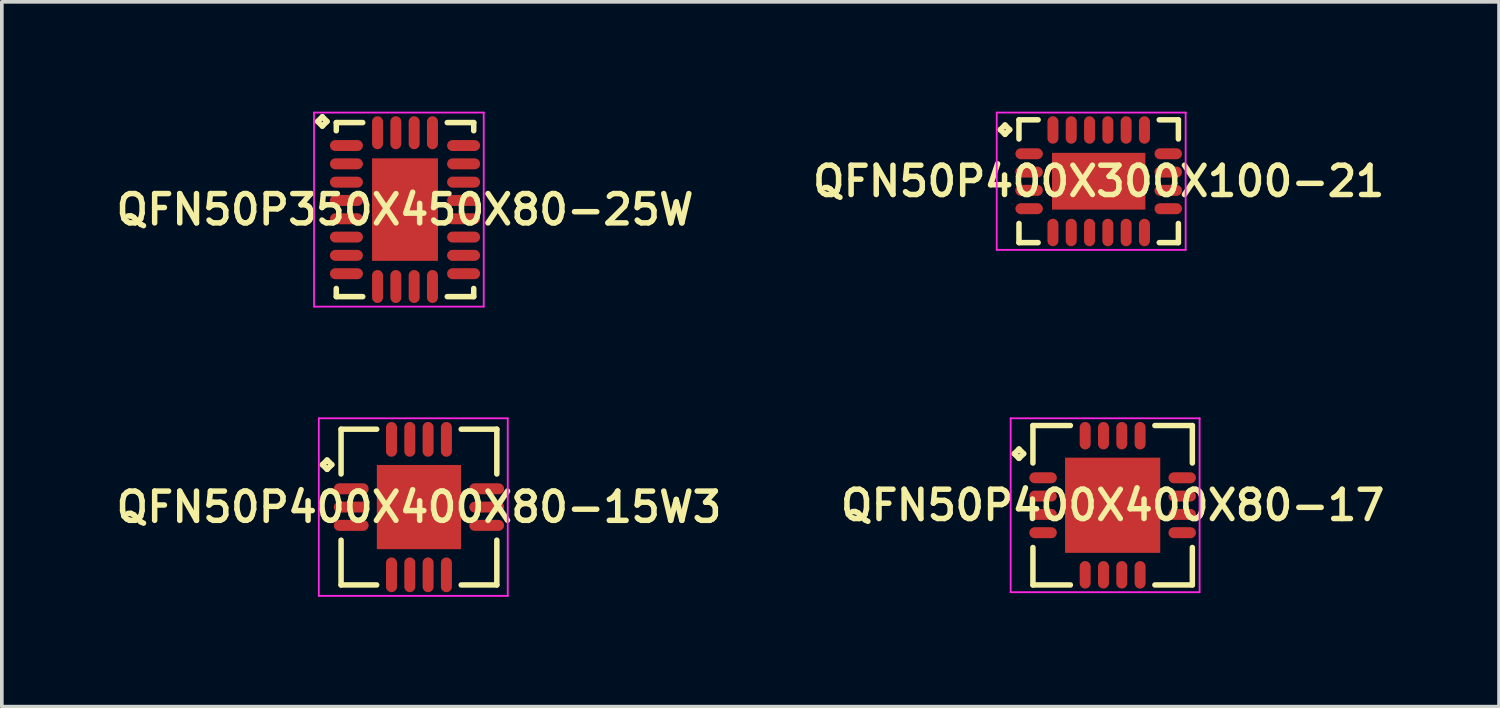
<source format=kicad_pcb>
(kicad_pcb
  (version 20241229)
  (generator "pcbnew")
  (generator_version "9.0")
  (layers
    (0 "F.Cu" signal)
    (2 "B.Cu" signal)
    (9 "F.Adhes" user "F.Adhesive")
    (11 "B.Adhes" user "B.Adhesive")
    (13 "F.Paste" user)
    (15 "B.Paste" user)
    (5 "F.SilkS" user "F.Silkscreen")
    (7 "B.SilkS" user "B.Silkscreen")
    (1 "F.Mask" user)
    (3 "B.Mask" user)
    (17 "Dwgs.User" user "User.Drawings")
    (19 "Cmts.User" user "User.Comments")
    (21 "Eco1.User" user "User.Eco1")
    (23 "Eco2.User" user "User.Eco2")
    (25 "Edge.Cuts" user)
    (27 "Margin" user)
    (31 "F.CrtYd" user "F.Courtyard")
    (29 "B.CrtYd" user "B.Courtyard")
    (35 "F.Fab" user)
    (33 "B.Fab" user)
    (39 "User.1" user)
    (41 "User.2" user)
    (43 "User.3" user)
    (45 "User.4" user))
  (footprint "QFN50P400X400X80-15W3"
    (layer "F.Cu")
    (at 8.393 10.8)
    (property "Reference" "QFN50P400X400X80-15W3" (at 0 0 0) (layer "F.SilkS") (effects (font (size 0.8 0.8) (thickness 0.15))))
    (attr smd)
    (fp_line (start -2.635 -1.158) (end -2.508 -1.285) (stroke (width 0.15) (type solid)) (layer "F.SilkS"))
    (fp_line (start -2.508 -1.285) (end -2.381 -1.158) (stroke (width 0.15) (type solid)) (layer "F.SilkS"))
    (fp_line (start -2.508 -1.031) (end -2.635 -1.158) (stroke (width 0.15) (type solid)) (layer "F.SilkS"))
    (fp_line (start -2.381 -1.158) (end -2.508 -1.031) (stroke (width 0.15) (type solid)) (layer "F.SilkS"))
    (fp_line (start -2.127 -2.127) (end -1.154 -2.127) (stroke (width 0.15) (type solid)) (layer "F.SilkS"))
    (fp_line (start -2.127 -0.904) (end -2.127 -2.127) (stroke (width 0.15) (type solid)) (layer "F.SilkS"))
    (fp_line (start -2.127 0.904) (end -2.127 2.127) (stroke (width 0.15) (type solid)) (layer "F.SilkS"))
    (fp_line (start -2.127 2.127) (end -1.154 2.127) (stroke (width 0.15) (type solid)) (layer "F.SilkS"))
    (fp_line (start 1.154 -2.127) (end 2.127 -2.127) (stroke (width 0.15) (type solid)) (layer "F.SilkS"))
    (fp_line (start 1.154 2.127) (end 2.127 2.127) (stroke (width 0.15) (type solid)) (layer "F.SilkS"))
    (fp_line (start 2.127 -2.127) (end 2.127 -0.904) (stroke (width 0.15) (type solid)) (layer "F.SilkS"))
    (fp_line (start 2.127 2.127) (end 2.127 0.904) (stroke (width 0.15) (type solid)) (layer "F.SilkS"))
    (fp_line (start -2.735 -2.425) (end 2.425 -2.425) (stroke (width 0.05) (type solid)) (layer "F.CrtYd"))
    (fp_line (start -2.735 2.425) (end -2.735 -2.425) (stroke (width 0.05) (type solid)) (layer "F.CrtYd"))
    (fp_line (start 2.425 -2.425) (end 2.425 2.425) (stroke (width 0.05) (type solid)) (layer "F.CrtYd"))
    (fp_line (start 2.425 2.425) (end -2.735 2.425) (stroke (width 0.05) (type solid)) (layer "F.CrtYd"))
    (pad "1" smd oval (at -1.85 -0.5) (size 0.95 0.3) (layers "F.Cu" "F.Mask" "F.Paste"))
    (pad "2" smd oval (at -1.85 0) (size 0.95 0.3) (layers "F.Cu" "F.Mask" "F.Paste"))
    (pad "3" smd oval (at -1.85 0.5) (size 0.95 0.3) (layers "F.Cu" "F.Mask" "F.Paste"))
    (pad "4" smd oval (at -0.75 1.85) (size 0.3 0.95) (layers "F.Cu" "F.Mask" "F.Paste"))
    (pad "5" smd oval (at -0.25 1.85) (size 0.3 0.95) (layers "F.Cu" "F.Mask" "F.Paste"))
    (pad "6" smd oval (at 0.25 1.85) (size 0.3 0.95) (layers "F.Cu" "F.Mask" "F.Paste"))
    (pad "7" smd oval (at 0.75 1.85) (size 0.3 0.95) (layers "F.Cu" "F.Mask" "F.Paste"))
    (pad "8" smd oval (at 1.85 0.5) (size 0.95 0.3) (layers "F.Cu" "F.Mask" "F.Paste"))
    (pad "9" smd oval (at 1.85 0) (size 0.95 0.3) (layers "F.Cu" "F.Mask" "F.Paste"))
    (pad "10" smd oval (at 1.85 -0.5) (size 0.95 0.3) (layers "F.Cu" "F.Mask" "F.Paste"))
    (pad "11" smd oval (at 0.75 -1.85) (size 0.3 0.95) (layers "F.Cu" "F.Mask" "F.Paste"))
    (pad "12" smd oval (at 0.25 -1.85) (size 0.3 0.95) (layers "F.Cu" "F.Mask" "F.Paste"))
    (pad "13" smd oval (at -0.25 -1.85) (size 0.3 0.95) (layers "F.Cu" "F.Mask" "F.Paste"))
    (pad "14" smd oval (at -0.75 -1.85) (size 0.3 0.95) (layers "F.Cu" "F.Mask" "F.Paste"))
    (pad "15" smd rect (at 0 0) (size 2.3 2.3) (layers "F.Cu" "F.Mask" "F.Paste")))
  (footprint "QFN50P350X450X80-25W"
    (layer "F.Cu")
    (at 8.012 2.675)
    (property "Reference" "QFN50P350X450X80-25W" (at 0 0 0) (layer "F.SilkS") (effects (font (size 0.8 0.8) (thickness 0.15))))
    (attr smd)
    (fp_line (start -2.385 -2.408) (end -2.258 -2.535) (stroke (width 0.15) (type solid)) (layer "F.SilkS"))
    (fp_line (start -2.258 -2.535) (end -2.131 -2.408) (stroke (width 0.15) (type solid)) (layer "F.SilkS"))
    (fp_line (start -2.258 -2.281) (end -2.385 -2.408) (stroke (width 0.15) (type solid)) (layer "F.SilkS"))
    (fp_line (start -2.131 -2.408) (end -2.258 -2.281) (stroke (width 0.15) (type solid)) (layer "F.SilkS"))
    (fp_line (start -1.877 -2.377) (end -1.154 -2.377) (stroke (width 0.15) (type solid)) (layer "F.SilkS"))
    (fp_line (start -1.877 -2.154) (end -1.877 -2.377) (stroke (width 0.15) (type solid)) (layer "F.SilkS"))
    (fp_line (start -1.877 2.154) (end -1.877 2.377) (stroke (width 0.15) (type solid)) (layer "F.SilkS"))
    (fp_line (start -1.877 2.377) (end -1.154 2.377) (stroke (width 0.15) (type solid)) (layer "F.SilkS"))
    (fp_line (start 1.154 -2.377) (end 1.877 -2.377) (stroke (width 0.15) (type solid)) (layer "F.SilkS"))
    (fp_line (start 1.154 2.377) (end 1.877 2.377) (stroke (width 0.15) (type solid)) (layer "F.SilkS"))
    (fp_line (start 1.877 -2.377) (end 1.877 -2.154) (stroke (width 0.15) (type solid)) (layer "F.SilkS"))
    (fp_line (start 1.877 2.377) (end 1.877 2.154) (stroke (width 0.15) (type solid)) (layer "F.SilkS"))
    (fp_line (start -2.485 -2.65) (end 2.15 -2.65) (stroke (width 0.05) (type solid)) (layer "F.CrtYd"))
    (fp_line (start -2.485 2.65) (end -2.485 -2.65) (stroke (width 0.05) (type solid)) (layer "F.CrtYd"))
    (fp_line (start 2.15 -2.65) (end 2.15 2.65) (stroke (width 0.05) (type solid)) (layer "F.CrtYd"))
    (fp_line (start 2.15 2.65) (end -2.485 2.65) (stroke (width 0.05) (type solid)) (layer "F.CrtYd"))
    (pad "1" smd oval (at -1.6 -1.75) (size 0.9 0.3) (layers "F.Cu" "F.Mask" "F.Paste"))
    (pad "2" smd oval (at -1.6 -1.25) (size 0.9 0.3) (layers "F.Cu" "F.Mask" "F.Paste"))
    (pad "3" smd oval (at -1.6 -0.75) (size 0.9 0.3) (layers "F.Cu" "F.Mask" "F.Paste"))
    (pad "4" smd oval (at -1.6 -0.25) (size 0.9 0.3) (layers "F.Cu" "F.Mask" "F.Paste"))
    (pad "5" smd oval (at -1.6 0.25) (size 0.9 0.3) (layers "F.Cu" "F.Mask" "F.Paste"))
    (pad "6" smd oval (at -1.6 0.75) (size 0.9 0.3) (layers "F.Cu" "F.Mask" "F.Paste"))
    (pad "7" smd oval (at -1.6 1.25) (size 0.9 0.3) (layers "F.Cu" "F.Mask" "F.Paste"))
    (pad "8" smd oval (at -1.6 1.75) (size 0.9 0.3) (layers "F.Cu" "F.Mask" "F.Paste"))
    (pad "9" smd oval (at -0.75 2.1) (size 0.3 0.9) (layers "F.Cu" "F.Mask" "F.Paste"))
    (pad "10" smd oval (at -0.25 2.1) (size 0.3 0.9) (layers "F.Cu" "F.Mask" "F.Paste"))
    (pad "11" smd oval (at 0.25 2.1) (size 0.3 0.9) (layers "F.Cu" "F.Mask" "F.Paste"))
    (pad "12" smd oval (at 0.75 2.1) (size 0.3 0.9) (layers "F.Cu" "F.Mask" "F.Paste"))
    (pad "13" smd oval (at 1.6 1.75) (size 0.9 0.3) (layers "F.Cu" "F.Mask" "F.Paste"))
    (pad "14" smd oval (at 1.6 1.25) (size 0.9 0.3) (layers "F.Cu" "F.Mask" "F.Paste"))
    (pad "15" smd oval (at 1.6 0.75) (size 0.9 0.3) (layers "F.Cu" "F.Mask" "F.Paste"))
    (pad "16" smd oval (at 1.6 0.25) (size 0.9 0.3) (layers "F.Cu" "F.Mask" "F.Paste"))
    (pad "17" smd oval (at 1.6 -0.25) (size 0.9 0.3) (layers "F.Cu" "F.Mask" "F.Paste"))
    (pad "18" smd oval (at 1.6 -0.75) (size 0.9 0.3) (layers "F.Cu" "F.Mask" "F.Paste"))
    (pad "19" smd oval (at 1.6 -1.25) (size 0.9 0.3) (layers "F.Cu" "F.Mask" "F.Paste"))
    (pad "20" smd oval (at 1.6 -1.75) (size 0.9 0.3) (layers "F.Cu" "F.Mask" "F.Paste"))
    (pad "21" smd oval (at 0.75 -2.1) (size 0.3 0.9) (layers "F.Cu" "F.Mask" "F.Paste"))
    (pad "22" smd oval (at 0.25 -2.1) (size 0.3 0.9) (layers "F.Cu" "F.Mask" "F.Paste"))
    (pad "23" smd oval (at -0.25 -2.1) (size 0.3 0.9) (layers "F.Cu" "F.Mask" "F.Paste"))
    (pad "24" smd oval (at -0.75 -2.1) (size 0.3 0.9) (layers "F.Cu" "F.Mask" "F.Paste"))
    (pad "25" smd rect (at 0 0) (size 1.8 2.8) (layers "F.Cu" "F.Mask" "F.Paste")))
  (footprint "QFN50P400X300X100-21"
    (layer "F.Cu")
    (at 26.959 1.9)
    (property "Reference" "QFN50P400X300X100-21" (at 0 0 0) (layer "F.SilkS") (effects (font (size 0.8 0.8) (thickness 0.15))))
    (attr smd)
    (fp_line (start -2.685 -1.408) (end -2.558 -1.535) (stroke (width 0.15) (type solid)) (layer "F.SilkS"))
    (fp_line (start -2.558 -1.535) (end -2.431 -1.408) (stroke (width 0.15) (type solid)) (layer "F.SilkS"))
    (fp_line (start -2.558 -1.281) (end -2.685 -1.408) (stroke (width 0.15) (type solid)) (layer "F.SilkS"))
    (fp_line (start -2.431 -1.408) (end -2.558 -1.281) (stroke (width 0.15) (type solid)) (layer "F.SilkS"))
    (fp_line (start -2.177 -1.677) (end -1.654 -1.677) (stroke (width 0.15) (type solid)) (layer "F.SilkS"))
    (fp_line (start -2.177 -1.154) (end -2.177 -1.677) (stroke (width 0.15) (type solid)) (layer "F.SilkS"))
    (fp_line (start -2.177 1.154) (end -2.177 1.677) (stroke (width 0.15) (type solid)) (layer "F.SilkS"))
    (fp_line (start -2.177 1.677) (end -1.654 1.677) (stroke (width 0.15) (type solid)) (layer "F.SilkS"))
    (fp_line (start 1.654 -1.677) (end 2.177 -1.677) (stroke (width 0.15) (type solid)) (layer "F.SilkS"))
    (fp_line (start 1.654 1.677) (end 2.177 1.677) (stroke (width 0.15) (type solid)) (layer "F.SilkS"))
    (fp_line (start 2.177 -1.677) (end 2.177 -1.154) (stroke (width 0.15) (type solid)) (layer "F.SilkS"))
    (fp_line (start 2.177 1.677) (end 2.177 1.154) (stroke (width 0.15) (type solid)) (layer "F.SilkS"))
    (fp_line (start -2.785 -1.875) (end 2.375 -1.875) (stroke (width 0.05) (type solid)) (layer "F.CrtYd"))
    (fp_line (start -2.785 1.875) (end -2.785 -1.875) (stroke (width 0.05) (type solid)) (layer "F.CrtYd"))
    (fp_line (start 2.375 -1.875) (end 2.375 1.875) (stroke (width 0.05) (type solid)) (layer "F.CrtYd"))
    (fp_line (start 2.375 1.875) (end -2.785 1.875) (stroke (width 0.05) (type solid)) (layer "F.CrtYd"))
    (pad "1" smd oval (at -1.9 -0.75) (size 0.75 0.3) (layers "F.Cu" "F.Mask" "F.Paste"))
    (pad "2" smd oval (at -1.9 -0.25) (size 0.75 0.3) (layers "F.Cu" "F.Mask" "F.Paste"))
    (pad "3" smd oval (at -1.9 0.25) (size 0.75 0.3) (layers "F.Cu" "F.Mask" "F.Paste"))
    (pad "4" smd oval (at -1.9 0.75) (size 0.75 0.3) (layers "F.Cu" "F.Mask" "F.Paste"))
    (pad "5" smd oval (at -1.25 1.4) (size 0.3 0.75) (layers "F.Cu" "F.Mask" "F.Paste"))
    (pad "6" smd oval (at -0.75 1.4) (size 0.3 0.75) (layers "F.Cu" "F.Mask" "F.Paste"))
    (pad "7" smd oval (at -0.25 1.4) (size 0.3 0.75) (layers "F.Cu" "F.Mask" "F.Paste"))
    (pad "8" smd oval (at 0.25 1.4) (size 0.3 0.75) (layers "F.Cu" "F.Mask" "F.Paste"))
    (pad "9" smd oval (at 0.75 1.4) (size 0.3 0.75) (layers "F.Cu" "F.Mask" "F.Paste"))
    (pad "10" smd oval (at 1.25 1.4) (size 0.3 0.75) (layers "F.Cu" "F.Mask" "F.Paste"))
    (pad "11" smd oval (at 1.9 0.75) (size 0.75 0.3) (layers "F.Cu" "F.Mask" "F.Paste"))
    (pad "12" smd oval (at 1.9 0.25) (size 0.75 0.3) (layers "F.Cu" "F.Mask" "F.Paste"))
    (pad "13" smd oval (at 1.9 -0.25) (size 0.75 0.3) (layers "F.Cu" "F.Mask" "F.Paste"))
    (pad "14" smd oval (at 1.9 -0.75) (size 0.75 0.3) (layers "F.Cu" "F.Mask" "F.Paste"))
    (pad "15" smd oval (at 1.25 -1.4) (size 0.3 0.75) (layers "F.Cu" "F.Mask" "F.Paste"))
    (pad "16" smd oval (at 0.75 -1.4) (size 0.3 0.75) (layers "F.Cu" "F.Mask" "F.Paste"))
    (pad "17" smd oval (at 0.25 -1.4) (size 0.3 0.75) (layers "F.Cu" "F.Mask" "F.Paste"))
    (pad "18" smd oval (at -0.25 -1.4) (size 0.3 0.75) (layers "F.Cu" "F.Mask" "F.Paste"))
    (pad "19" smd oval (at -0.75 -1.4) (size 0.3 0.75) (layers "F.Cu" "F.Mask" "F.Paste"))
    (pad "20" smd oval (at -1.25 -1.4) (size 0.3 0.75) (layers "F.Cu" "F.Mask" "F.Paste"))
    (pad "21" smd rect (at 0 0) (size 2.55 1.55) (layers "F.Cu" "F.Mask" "F.Paste")))
  (footprint "QFN50P400X400X80-17"
    (layer "F.Cu")
    (at 27.34 10.75)
    (property "Reference" "QFN50P400X400X80-17" (at 0 0 0) (layer "F.SilkS") (effects (font (size 0.8 0.8) (thickness 0.15))))
    (attr smd)
    (fp_line (start -2.685 -1.408) (end -2.558 -1.535) (stroke (width 0.15) (type solid)) (layer "F.SilkS"))
    (fp_line (start -2.558 -1.535) (end -2.431 -1.408) (stroke (width 0.15) (type solid)) (layer "F.SilkS"))
    (fp_line (start -2.558 -1.281) (end -2.685 -1.408) (stroke (width 0.15) (type solid)) (layer "F.SilkS"))
    (fp_line (start -2.431 -1.408) (end -2.558 -1.281) (stroke (width 0.15) (type solid)) (layer "F.SilkS"))
    (fp_line (start -2.177 -2.177) (end -1.154 -2.177) (stroke (width 0.15) (type solid)) (layer "F.SilkS"))
    (fp_line (start -2.177 -1.154) (end -2.177 -2.177) (stroke (width 0.15) (type solid)) (layer "F.SilkS"))
    (fp_line (start -2.177 1.154) (end -2.177 2.177) (stroke (width 0.15) (type solid)) (layer "F.SilkS"))
    (fp_line (start -2.177 2.177) (end -1.154 2.177) (stroke (width 0.15) (type solid)) (layer "F.SilkS"))
    (fp_line (start 1.154 -2.177) (end 2.177 -2.177) (stroke (width 0.15) (type solid)) (layer "F.SilkS"))
    (fp_line (start 1.154 2.177) (end 2.177 2.177) (stroke (width 0.15) (type solid)) (layer "F.SilkS"))
    (fp_line (start 2.177 -2.177) (end 2.177 -1.154) (stroke (width 0.15) (type solid)) (layer "F.SilkS"))
    (fp_line (start 2.177 2.177) (end 2.177 1.154) (stroke (width 0.15) (type solid)) (layer "F.SilkS"))
    (fp_line (start -2.785 -2.375) (end 2.375 -2.375) (stroke (width 0.05) (type solid)) (layer "F.CrtYd"))
    (fp_line (start -2.785 2.375) (end -2.785 -2.375) (stroke (width 0.05) (type solid)) (layer "F.CrtYd"))
    (fp_line (start 2.375 -2.375) (end 2.375 2.375) (stroke (width 0.05) (type solid)) (layer "F.CrtYd"))
    (fp_line (start 2.375 2.375) (end -2.785 2.375) (stroke (width 0.05) (type solid)) (layer "F.CrtYd"))
    (pad "1" smd oval (at -1.9 -0.75) (size 0.75 0.3) (layers "F.Cu" "F.Mask" "F.Paste"))
    (pad "2" smd oval (at -1.9 -0.25) (size 0.75 0.3) (layers "F.Cu" "F.Mask" "F.Paste"))
    (pad "3" smd oval (at -1.9 0.25) (size 0.75 0.3) (layers "F.Cu" "F.Mask" "F.Paste"))
    (pad "4" smd oval (at -1.9 0.75) (size 0.75 0.3) (layers "F.Cu" "F.Mask" "F.Paste"))
    (pad "5" smd oval (at -0.75 1.9) (size 0.3 0.75) (layers "F.Cu" "F.Mask" "F.Paste"))
    (pad "6" smd oval (at -0.25 1.9) (size 0.3 0.75) (layers "F.Cu" "F.Mask" "F.Paste"))
    (pad "7" smd oval (at 0.25 1.9) (size 0.3 0.75) (layers "F.Cu" "F.Mask" "F.Paste"))
    (pad "8" smd oval (at 0.75 1.9) (size 0.3 0.75) (layers "F.Cu" "F.Mask" "F.Paste"))
    (pad "9" smd oval (at 1.9 0.75) (size 0.75 0.3) (layers "F.Cu" "F.Mask" "F.Paste"))
    (pad "10" smd oval (at 1.9 0.25) (size 0.75 0.3) (layers "F.Cu" "F.Mask" "F.Paste"))
    (pad "11" smd oval (at 1.9 -0.25) (size 0.75 0.3) (layers "F.Cu" "F.Mask" "F.Paste"))
    (pad "12" smd oval (at 1.9 -0.75) (size 0.75 0.3) (layers "F.Cu" "F.Mask" "F.Paste"))
    (pad "13" smd oval (at 0.75 -1.9) (size 0.3 0.75) (layers "F.Cu" "F.Mask" "F.Paste"))
    (pad "14" smd oval (at 0.25 -1.9) (size 0.3 0.75) (layers "F.Cu" "F.Mask" "F.Paste"))
    (pad "15" smd oval (at -0.25 -1.9) (size 0.3 0.75) (layers "F.Cu" "F.Mask" "F.Paste"))
    (pad "16" smd oval (at -0.75 -1.9) (size 0.3 0.75) (layers "F.Cu" "F.Mask" "F.Paste"))
    (pad "17" smd rect (at 0 0) (size 2.6 2.6) (layers "F.Cu" "F.Mask" "F.Paste")))
  (gr_rect
    (start -3 -3)
    (end 37.894 16.25)
    (stroke (width 0.1) (type default))
    (fill no)
    (layer "Edge.Cuts")))
</source>
